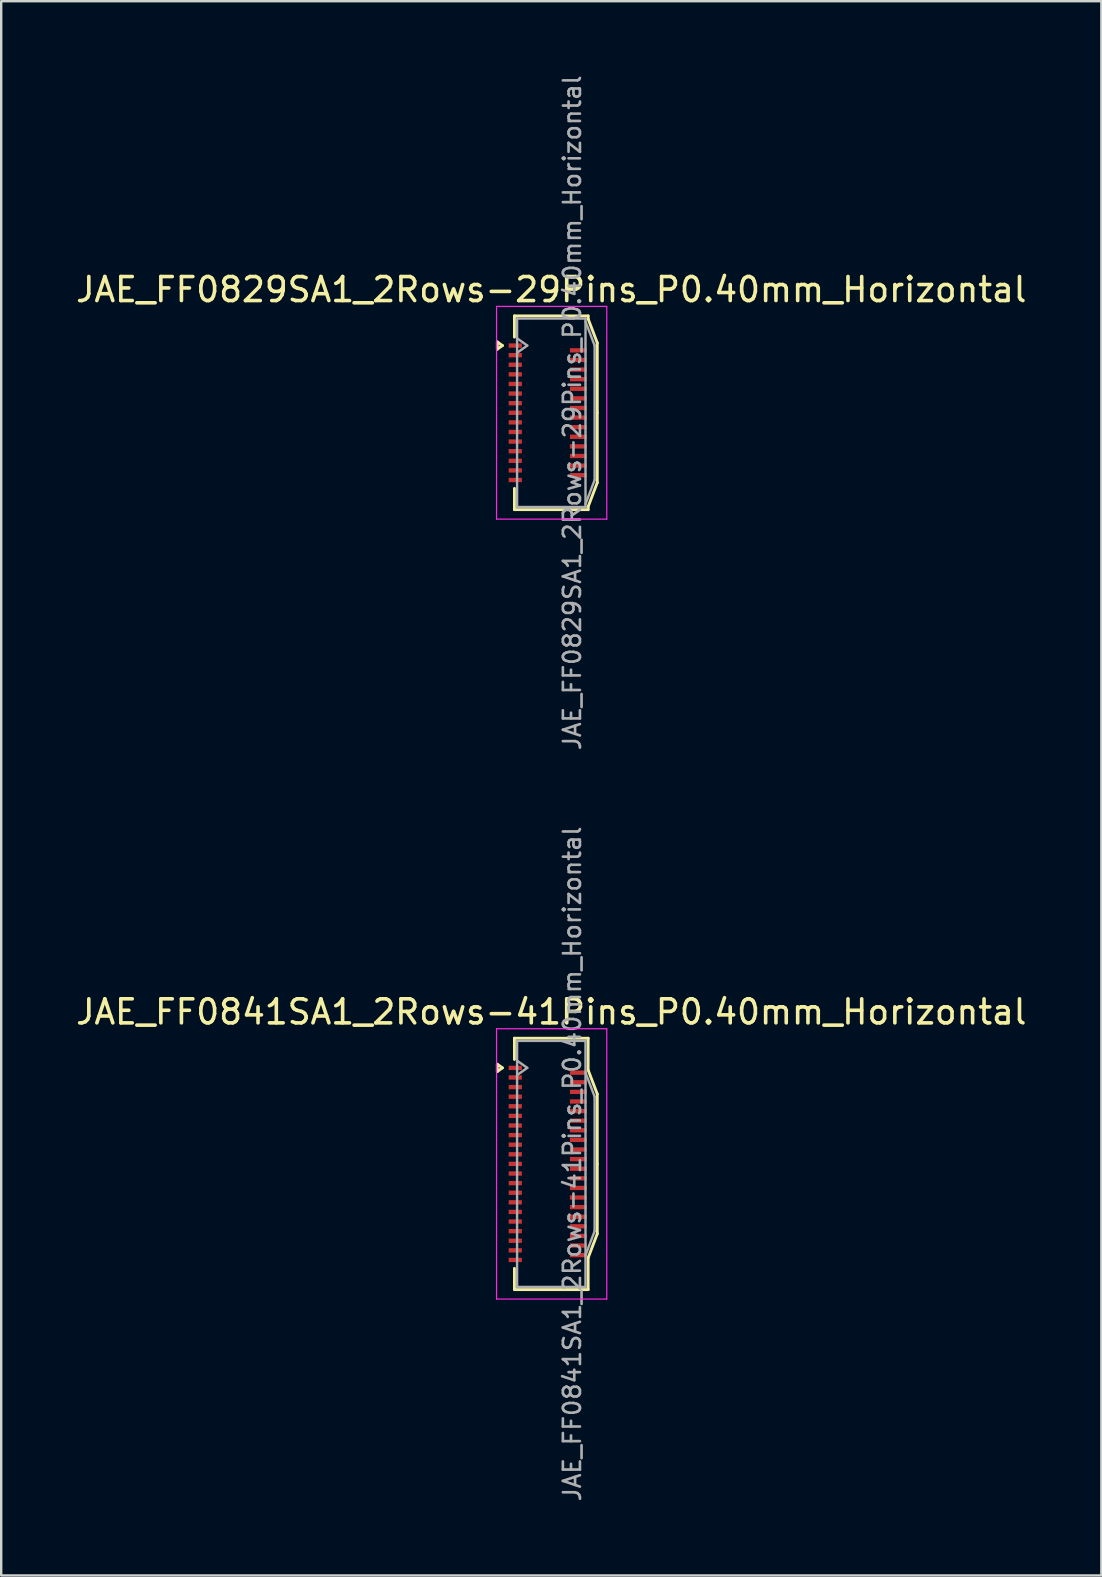
<source format=kicad_pcb>
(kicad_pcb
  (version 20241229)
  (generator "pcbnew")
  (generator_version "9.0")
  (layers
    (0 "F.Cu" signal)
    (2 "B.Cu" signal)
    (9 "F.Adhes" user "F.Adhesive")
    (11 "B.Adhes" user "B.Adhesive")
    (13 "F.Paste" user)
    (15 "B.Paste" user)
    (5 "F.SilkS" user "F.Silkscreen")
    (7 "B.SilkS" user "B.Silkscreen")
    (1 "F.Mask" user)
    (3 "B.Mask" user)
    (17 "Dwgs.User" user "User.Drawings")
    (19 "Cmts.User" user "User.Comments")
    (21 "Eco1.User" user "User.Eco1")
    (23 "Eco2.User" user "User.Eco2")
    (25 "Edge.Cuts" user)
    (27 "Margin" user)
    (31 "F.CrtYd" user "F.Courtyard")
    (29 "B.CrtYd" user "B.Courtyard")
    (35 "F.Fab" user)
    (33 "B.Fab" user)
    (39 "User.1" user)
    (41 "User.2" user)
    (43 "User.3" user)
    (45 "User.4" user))
  (footprint "JAE_FF0841SA1_2Rows-41Pins_P0.40mm_Horizontal"
    (layer "F.Cu")
    (at 19.761 45.426)
    (property "Reference" "JAE_FF0841SA1_2Rows-41Pins_P0.40mm_Horizontal" (at 0.15 -6.33 0) (layer "F.SilkS") (effects (font (size 1 1) (thickness 0.15))))
    (attr smd)
    (fp_line (start -2.097 -4.15) (end -1.885 -4) (stroke (width 0.12) (type solid)) (layer "F.SilkS"))
    (fp_line (start -2.097 -3.85) (end -2.097 -4.15) (stroke (width 0.12) (type solid)) (layer "F.SilkS"))
    (fp_line (start -1.885 -4) (end -2.097 -3.85) (stroke (width 0.12) (type solid)) (layer "F.SilkS"))
    (fp_line (start -1.385 -5.235) (end 1.685 -5.235) (stroke (width 0.12) (type solid)) (layer "F.SilkS"))
    (fp_line (start -1.385 -4.35) (end -1.385 -5.235) (stroke (width 0.12) (type solid)) (layer "F.SilkS"))
    (fp_line (start -1.385 4.35) (end -1.385 5.235) (stroke (width 0.12) (type solid)) (layer "F.SilkS"))
    (fp_line (start -1.385 5.235) (end 1.685 5.235) (stroke (width 0.12) (type solid)) (layer "F.SilkS"))
    (fp_line (start 1.685 -5.235) (end 1.685 -3.91) (stroke (width 0.12) (type solid)) (layer "F.SilkS"))
    (fp_line (start 1.685 -3.91) (end 2.065 -2.91) (stroke (width 0.12) (type solid)) (layer "F.SilkS"))
    (fp_line (start 1.685 3.91) (end 2.065 2.91) (stroke (width 0.12) (type solid)) (layer "F.SilkS"))
    (fp_line (start 1.685 5.235) (end 1.685 3.91) (stroke (width 0.12) (type solid)) (layer "F.SilkS"))
    (fp_line (start 2.065 -2.91) (end 2.065 0) (stroke (width 0.12) (type solid)) (layer "F.SilkS"))
    (fp_line (start 2.065 2.91) (end 2.065 0) (stroke (width 0.12) (type solid)) (layer "F.SilkS"))
    (fp_line (start -2.13 -5.63) (end -2.13 5.63) (stroke (width 0.05) (type solid)) (layer "F.CrtYd"))
    (fp_line (start -2.13 5.63) (end 2.46 5.63) (stroke (width 0.05) (type solid)) (layer "F.CrtYd"))
    (fp_line (start 2.46 -5.63) (end -2.13 -5.63) (stroke (width 0.05) (type solid)) (layer "F.CrtYd"))
    (fp_line (start 2.46 5.63) (end 2.46 -5.63) (stroke (width 0.05) (type solid)) (layer "F.CrtYd"))
    (fp_line (start -1.275 -5.125) (end -1.275 5.125) (stroke (width 0.1) (type solid)) (layer "F.Fab"))
    (fp_line (start -1.275 -4.3) (end -0.851 -4) (stroke (width 0.1) (type solid)) (layer "F.Fab"))
    (fp_line (start -1.275 5.125) (end 1.575 5.125) (stroke (width 0.1) (type solid)) (layer "F.Fab"))
    (fp_line (start -0.851 -4) (end -1.275 -3.7) (stroke (width 0.1) (type solid)) (layer "F.Fab"))
    (fp_line (start 1.575 -5.125) (end -1.275 -5.125) (stroke (width 0.1) (type solid)) (layer "F.Fab"))
    (fp_line (start 1.575 -3.8) (end 1.955 -2.8) (stroke (width 0.1) (type solid)) (layer "F.Fab"))
    (fp_line (start 1.575 5.125) (end 1.575 -5.125) (stroke (width 0.1) (type solid)) (layer "F.Fab"))
    (fp_line (start 1.955 -2.8) (end 1.955 2.8) (stroke (width 0.1) (type solid)) (layer "F.Fab"))
    (fp_line (start 1.955 2.8) (end 1.575 3.8) (stroke (width 0.1) (type solid)) (layer "F.Fab"))
    (fp_text user "${REFERENCE}" (at 1.02 0 90) (layer "F.Fab") (effects (font (size 0.71 0.71) (thickness 0.11))))
    (pad "1" smd rect (at -1.35 -4) (size 0.55 0.18) (layers "F.Cu" "F.Mask" "F.Paste"))
    (pad "2" smd rect (at 1.275 -3.8) (size 0.7 0.18) (layers "F.Cu" "F.Mask" "F.Paste"))
    (pad "3" smd rect (at -1.35 -3.6) (size 0.55 0.18) (layers "F.Cu" "F.Mask" "F.Paste"))
    (pad "4" smd rect (at 1.275 -3.4) (size 0.7 0.18) (layers "F.Cu" "F.Mask" "F.Paste"))
    (pad "5" smd rect (at -1.35 -3.2) (size 0.55 0.18) (layers "F.Cu" "F.Mask" "F.Paste"))
    (pad "6" smd rect (at 1.275 -3) (size 0.7 0.18) (layers "F.Cu" "F.Mask" "F.Paste"))
    (pad "7" smd rect (at -1.35 -2.8) (size 0.55 0.18) (layers "F.Cu" "F.Mask" "F.Paste"))
    (pad "8" smd rect (at 1.275 -2.6) (size 0.7 0.18) (layers "F.Cu" "F.Mask" "F.Paste"))
    (pad "9" smd rect (at -1.35 -2.4) (size 0.55 0.18) (layers "F.Cu" "F.Mask" "F.Paste"))
    (pad "10" smd rect (at 1.275 -2.2) (size 0.7 0.18) (layers "F.Cu" "F.Mask" "F.Paste"))
    (pad "11" smd rect (at -1.35 -2) (size 0.55 0.18) (layers "F.Cu" "F.Mask" "F.Paste"))
    (pad "12" smd rect (at 1.275 -1.8) (size 0.7 0.18) (layers "F.Cu" "F.Mask" "F.Paste"))
    (pad "13" smd rect (at -1.35 -1.6) (size 0.55 0.18) (layers "F.Cu" "F.Mask" "F.Paste"))
    (pad "14" smd rect (at 1.275 -1.4) (size 0.7 0.18) (layers "F.Cu" "F.Mask" "F.Paste"))
    (pad "15" smd rect (at -1.35 -1.2) (size 0.55 0.18) (layers "F.Cu" "F.Mask" "F.Paste"))
    (pad "16" smd rect (at 1.275 -1) (size 0.7 0.18) (layers "F.Cu" "F.Mask" "F.Paste"))
    (pad "17" smd rect (at -1.35 -0.8) (size 0.55 0.18) (layers "F.Cu" "F.Mask" "F.Paste"))
    (pad "18" smd rect (at 1.275 -0.6) (size 0.7 0.18) (layers "F.Cu" "F.Mask" "F.Paste"))
    (pad "19" smd rect (at -1.35 -0.4) (size 0.55 0.18) (layers "F.Cu" "F.Mask" "F.Paste"))
    (pad "20" smd rect (at 1.275 -0.2) (size 0.7 0.18) (layers "F.Cu" "F.Mask" "F.Paste"))
    (pad "21" smd rect (at -1.35 0) (size 0.55 0.18) (layers "F.Cu" "F.Mask" "F.Paste"))
    (pad "22" smd rect (at 1.275 0.2) (size 0.7 0.18) (layers "F.Cu" "F.Mask" "F.Paste"))
    (pad "23" smd rect (at -1.35 0.4) (size 0.55 0.18) (layers "F.Cu" "F.Mask" "F.Paste"))
    (pad "24" smd rect (at 1.275 0.6) (size 0.7 0.18) (layers "F.Cu" "F.Mask" "F.Paste"))
    (pad "25" smd rect (at -1.35 0.8) (size 0.55 0.18) (layers "F.Cu" "F.Mask" "F.Paste"))
    (pad "26" smd rect (at 1.275 1) (size 0.7 0.18) (layers "F.Cu" "F.Mask" "F.Paste"))
    (pad "27" smd rect (at -1.35 1.2) (size 0.55 0.18) (layers "F.Cu" "F.Mask" "F.Paste"))
    (pad "28" smd rect (at 1.275 1.4) (size 0.7 0.18) (layers "F.Cu" "F.Mask" "F.Paste"))
    (pad "29" smd rect (at -1.35 1.6) (size 0.55 0.18) (layers "F.Cu" "F.Mask" "F.Paste"))
    (pad "30" smd rect (at 1.275 1.8) (size 0.7 0.18) (layers "F.Cu" "F.Mask" "F.Paste"))
    (pad "31" smd rect (at -1.35 2) (size 0.55 0.18) (layers "F.Cu" "F.Mask" "F.Paste"))
    (pad "32" smd rect (at 1.275 2.2) (size 0.7 0.18) (layers "F.Cu" "F.Mask" "F.Paste"))
    (pad "33" smd rect (at -1.35 2.4) (size 0.55 0.18) (layers "F.Cu" "F.Mask" "F.Paste"))
    (pad "34" smd rect (at 1.275 2.6) (size 0.7 0.18) (layers "F.Cu" "F.Mask" "F.Paste"))
    (pad "35" smd rect (at -1.35 2.8) (size 0.55 0.18) (layers "F.Cu" "F.Mask" "F.Paste"))
    (pad "36" smd rect (at 1.275 3) (size 0.7 0.18) (layers "F.Cu" "F.Mask" "F.Paste"))
    (pad "37" smd rect (at -1.35 3.2) (size 0.55 0.18) (layers "F.Cu" "F.Mask" "F.Paste"))
    (pad "38" smd rect (at 1.275 3.4) (size 0.7 0.18) (layers "F.Cu" "F.Mask" "F.Paste"))
    (pad "39" smd rect (at -1.35 3.6) (size 0.55 0.18) (layers "F.Cu" "F.Mask" "F.Paste"))
    (pad "40" smd rect (at 1.275 3.8) (size 0.7 0.18) (layers "F.Cu" "F.Mask" "F.Paste"))
    (pad "41" smd rect (at -1.35 4) (size 0.55 0.18) (layers "F.Cu" "F.Mask" "F.Paste")))
  (footprint "JAE_FF0829SA1_2Rows-29Pins_P0.40mm_Horizontal"
    (layer "F.Cu")
    (at 19.761 14.142)
    (property "Reference" "JAE_FF0829SA1_2Rows-29Pins_P0.40mm_Horizontal" (at 0.15 -5.13 0) (layer "F.SilkS") (effects (font (size 1 1) (thickness 0.15))))
    (attr smd)
    (fp_line (start -2.097 -2.95) (end -1.885 -2.8) (stroke (width 0.12) (type solid)) (layer "F.SilkS"))
    (fp_line (start -2.097 -2.65) (end -2.097 -2.95) (stroke (width 0.12) (type solid)) (layer "F.SilkS"))
    (fp_line (start -1.885 -2.8) (end -2.097 -2.65) (stroke (width 0.12) (type solid)) (layer "F.SilkS"))
    (fp_line (start -1.385 -4.035) (end 1.685 -4.035) (stroke (width 0.12) (type solid)) (layer "F.SilkS"))
    (fp_line (start -1.385 -3.15) (end -1.385 -4.035) (stroke (width 0.12) (type solid)) (layer "F.SilkS"))
    (fp_line (start -1.385 3.15) (end -1.385 4.035) (stroke (width 0.12) (type solid)) (layer "F.SilkS"))
    (fp_line (start -1.385 4.035) (end 1.685 4.035) (stroke (width 0.12) (type solid)) (layer "F.SilkS"))
    (fp_line (start 1.685 -4.035) (end 1.685 -3.91) (stroke (width 0.12) (type solid)) (layer "F.SilkS"))
    (fp_line (start 1.685 -3.91) (end 2.065 -2.91) (stroke (width 0.12) (type solid)) (layer "F.SilkS"))
    (fp_line (start 1.685 3.91) (end 2.065 2.91) (stroke (width 0.12) (type solid)) (layer "F.SilkS"))
    (fp_line (start 1.685 4.035) (end 1.685 3.91) (stroke (width 0.12) (type solid)) (layer "F.SilkS"))
    (fp_line (start 2.065 -2.91) (end 2.065 0) (stroke (width 0.12) (type solid)) (layer "F.SilkS"))
    (fp_line (start 2.065 2.91) (end 2.065 0) (stroke (width 0.12) (type solid)) (layer "F.SilkS"))
    (fp_line (start -2.13 -4.43) (end -2.13 4.43) (stroke (width 0.05) (type solid)) (layer "F.CrtYd"))
    (fp_line (start -2.13 4.43) (end 2.46 4.43) (stroke (width 0.05) (type solid)) (layer "F.CrtYd"))
    (fp_line (start 2.46 -4.43) (end -2.13 -4.43) (stroke (width 0.05) (type solid)) (layer "F.CrtYd"))
    (fp_line (start 2.46 4.43) (end 2.46 -4.43) (stroke (width 0.05) (type solid)) (layer "F.CrtYd"))
    (fp_line (start -1.275 -3.925) (end -1.275 3.925) (stroke (width 0.1) (type solid)) (layer "F.Fab"))
    (fp_line (start -1.275 -3.1) (end -0.851 -2.8) (stroke (width 0.1) (type solid)) (layer "F.Fab"))
    (fp_line (start -1.275 3.925) (end 1.575 3.925) (stroke (width 0.1) (type solid)) (layer "F.Fab"))
    (fp_line (start -0.851 -2.8) (end -1.275 -2.5) (stroke (width 0.1) (type solid)) (layer "F.Fab"))
    (fp_line (start 1.575 -3.925) (end -1.275 -3.925) (stroke (width 0.1) (type solid)) (layer "F.Fab"))
    (fp_line (start 1.575 -3.8) (end 1.955 -2.8) (stroke (width 0.1) (type solid)) (layer "F.Fab"))
    (fp_line (start 1.575 3.925) (end 1.575 -3.925) (stroke (width 0.1) (type solid)) (layer "F.Fab"))
    (fp_line (start 1.955 -2.8) (end 1.955 2.8) (stroke (width 0.1) (type solid)) (layer "F.Fab"))
    (fp_line (start 1.955 2.8) (end 1.575 3.8) (stroke (width 0.1) (type solid)) (layer "F.Fab"))
    (fp_text user "${REFERENCE}" (at 1.02 0 90) (layer "F.Fab") (effects (font (size 0.71 0.71) (thickness 0.11))))
    (pad "1" smd rect (at -1.35 -2.8) (size 0.55 0.18) (layers "F.Cu" "F.Mask" "F.Paste"))
    (pad "2" smd rect (at 1.275 -2.6) (size 0.7 0.18) (layers "F.Cu" "F.Mask" "F.Paste"))
    (pad "3" smd rect (at -1.35 -2.4) (size 0.55 0.18) (layers "F.Cu" "F.Mask" "F.Paste"))
    (pad "4" smd rect (at 1.275 -2.2) (size 0.7 0.18) (layers "F.Cu" "F.Mask" "F.Paste"))
    (pad "5" smd rect (at -1.35 -2) (size 0.55 0.18) (layers "F.Cu" "F.Mask" "F.Paste"))
    (pad "6" smd rect (at 1.275 -1.8) (size 0.7 0.18) (layers "F.Cu" "F.Mask" "F.Paste"))
    (pad "7" smd rect (at -1.35 -1.6) (size 0.55 0.18) (layers "F.Cu" "F.Mask" "F.Paste"))
    (pad "8" smd rect (at 1.275 -1.4) (size 0.7 0.18) (layers "F.Cu" "F.Mask" "F.Paste"))
    (pad "9" smd rect (at -1.35 -1.2) (size 0.55 0.18) (layers "F.Cu" "F.Mask" "F.Paste"))
    (pad "10" smd rect (at 1.275 -1) (size 0.7 0.18) (layers "F.Cu" "F.Mask" "F.Paste"))
    (pad "11" smd rect (at -1.35 -0.8) (size 0.55 0.18) (layers "F.Cu" "F.Mask" "F.Paste"))
    (pad "12" smd rect (at 1.275 -0.6) (size 0.7 0.18) (layers "F.Cu" "F.Mask" "F.Paste"))
    (pad "13" smd rect (at -1.35 -0.4) (size 0.55 0.18) (layers "F.Cu" "F.Mask" "F.Paste"))
    (pad "14" smd rect (at 1.275 -0.2) (size 0.7 0.18) (layers "F.Cu" "F.Mask" "F.Paste"))
    (pad "15" smd rect (at -1.35 0) (size 0.55 0.18) (layers "F.Cu" "F.Mask" "F.Paste"))
    (pad "16" smd rect (at 1.275 0.2) (size 0.7 0.18) (layers "F.Cu" "F.Mask" "F.Paste"))
    (pad "17" smd rect (at -1.35 0.4) (size 0.55 0.18) (layers "F.Cu" "F.Mask" "F.Paste"))
    (pad "18" smd rect (at 1.275 0.6) (size 0.7 0.18) (layers "F.Cu" "F.Mask" "F.Paste"))
    (pad "19" smd rect (at -1.35 0.8) (size 0.55 0.18) (layers "F.Cu" "F.Mask" "F.Paste"))
    (pad "20" smd rect (at 1.275 1) (size 0.7 0.18) (layers "F.Cu" "F.Mask" "F.Paste"))
    (pad "21" smd rect (at -1.35 1.2) (size 0.55 0.18) (layers "F.Cu" "F.Mask" "F.Paste"))
    (pad "22" smd rect (at 1.275 1.4) (size 0.7 0.18) (layers "F.Cu" "F.Mask" "F.Paste"))
    (pad "23" smd rect (at -1.35 1.6) (size 0.55 0.18) (layers "F.Cu" "F.Mask" "F.Paste"))
    (pad "24" smd rect (at 1.275 1.8) (size 0.7 0.18) (layers "F.Cu" "F.Mask" "F.Paste"))
    (pad "25" smd rect (at -1.35 2) (size 0.55 0.18) (layers "F.Cu" "F.Mask" "F.Paste"))
    (pad "26" smd rect (at 1.275 2.2) (size 0.7 0.18) (layers "F.Cu" "F.Mask" "F.Paste"))
    (pad "27" smd rect (at -1.35 2.4) (size 0.55 0.18) (layers "F.Cu" "F.Mask" "F.Paste"))
    (pad "28" smd rect (at 1.275 2.6) (size 0.7 0.18) (layers "F.Cu" "F.Mask" "F.Paste"))
    (pad "29" smd rect (at -1.35 2.8) (size 0.55 0.18) (layers "F.Cu" "F.Mask" "F.Paste")))
  (gr_rect
    (start -3 -3)
    (end 42.821 62.567)
    (stroke (width 0.1) (type default))
    (fill no)
    (layer "Edge.Cuts")))
</source>
